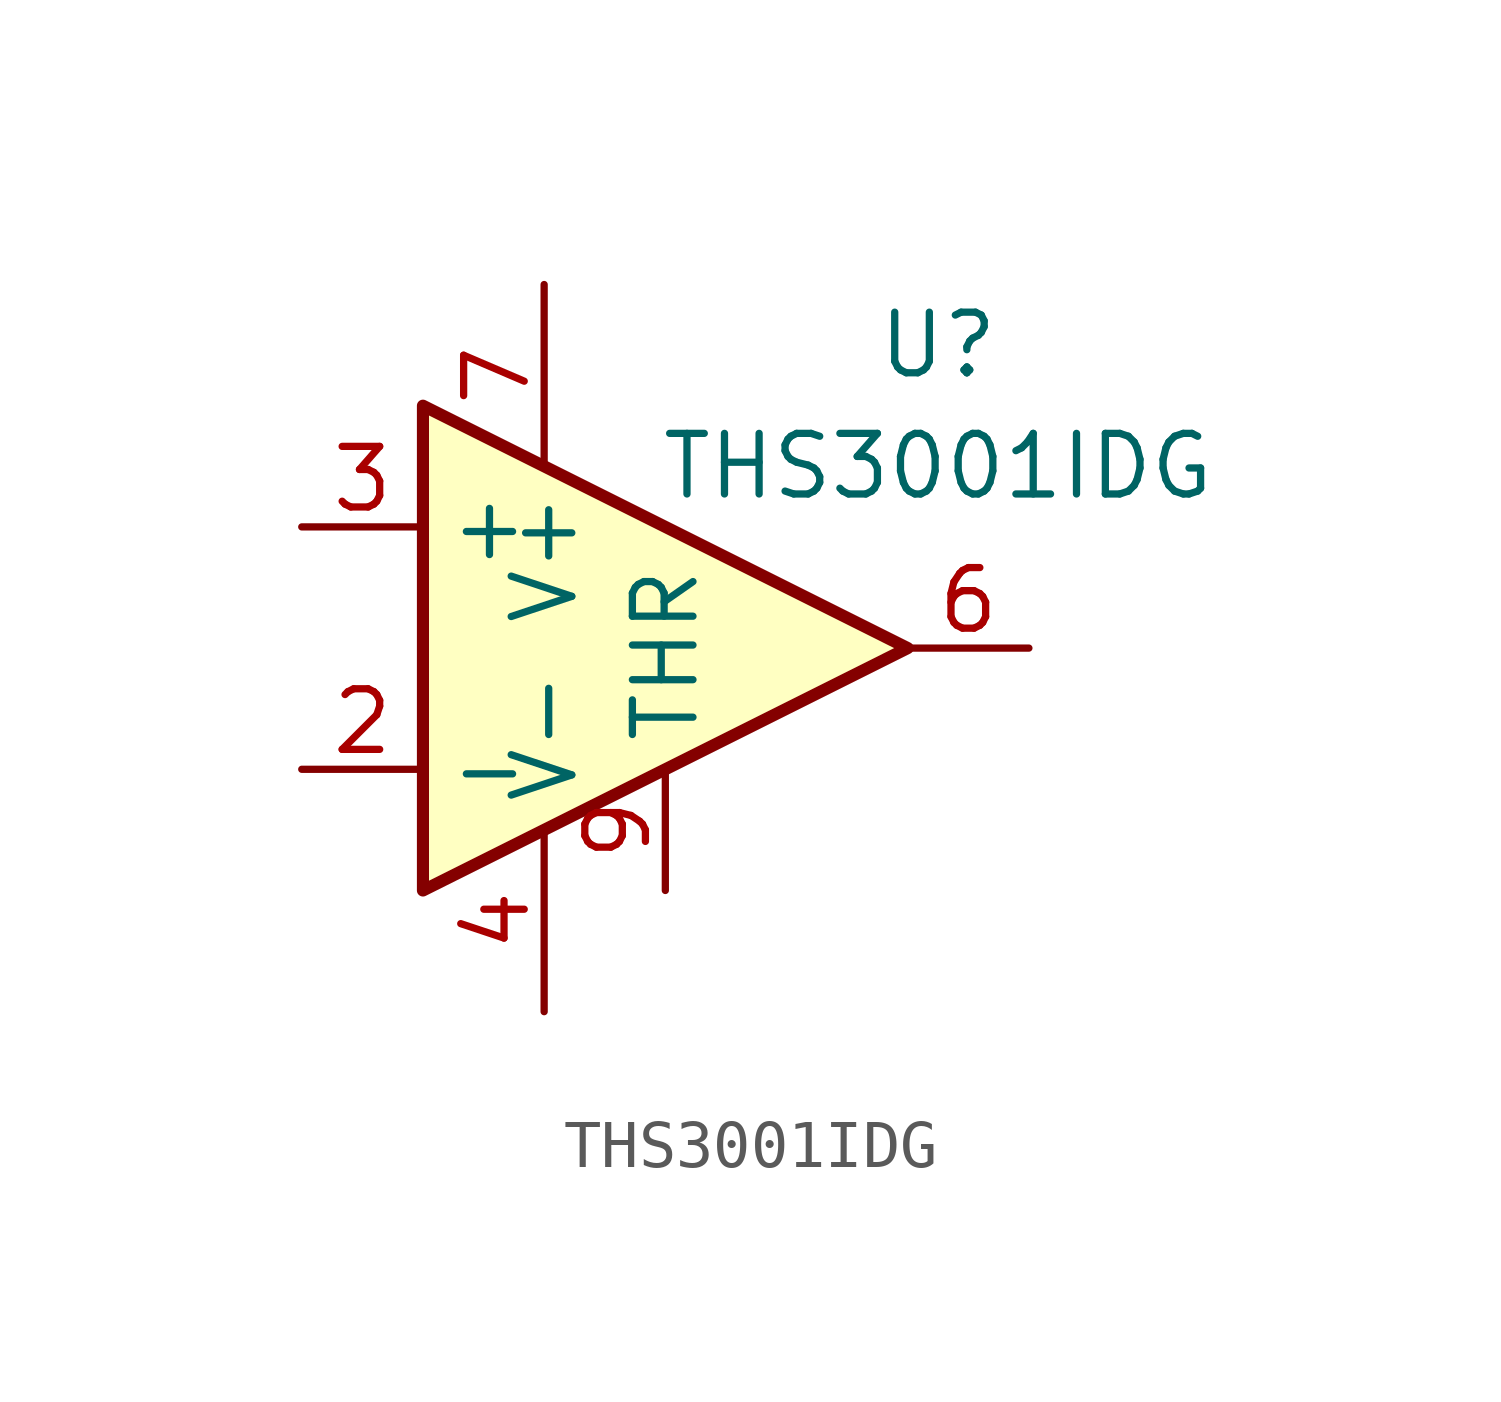
<source format=kicad_sym>
(kicad_symbol_lib
  (version 20220914)
  (generator kicad_symbol_editor)
  (symbol "THS3001IDG"
    (property "Reference" "U"
      (at 6.985 6.35 0)
      (effects (font (size 1.27 1.27))))
    (property "Value" "THS3001IDG"
      (at 6.985 3.81 0)
      (effects (font (size 1.27 1.27))))
    (symbol "THS3001IDG_0_1"
      (polyline (pts (xy -3.81 5.08) (xy 6.35 0) (xy -3.81 -5.08) (xy -3.81 5.08)) (stroke (width 0.254) (type default)) (fill (type background))))
    (symbol "THS3001IDG_1_1"
      (pin no_connect non_logic (at -3.81 1.27 180) (length 0) hide (name "" (effects (font (size 0.508 0.508)))) (number "1" (effects (font (size 1.27 1.27)))))
      (pin input line (at -6.35 -2.54 0) (length 2.54) (name "-" (effects (font (size 1.27 1.27)))) (number "2" (effects (font (size 1.27 1.27)))))
      (pin input line (at -6.35 2.54 0) (length 2.54) (name "+" (effects (font (size 1.27 1.27)))) (number "3" (effects (font (size 1.27 1.27)))))
      (pin power_in line (at -1.27 -7.62 90) (length 3.81) (name "V-" (effects (font (size 1.27 1.27)))) (number "4" (effects (font (size 1.27 1.27)))))
      (pin no_connect non_logic (at -3.81 0 180) (length 0) hide (name "NC" (effects (font (size 0.508 0.508)))) (number "5" (effects (font (size 1.27 1.27)))))
      (pin output line (at 8.89 0 180) (length 2.54) (name "~" (effects (font (size 1.27 1.27)))) (number "6" (effects (font (size 1.27 1.27)))))
      (pin power_in line (at -1.27 7.62 270) (length 3.81) (name "V+" (effects (font (size 1.27 1.27)))) (number "7" (effects (font (size 1.27 1.27)))))
      (pin no_connect non_logic (at -3.81 -1.27 180) (length 0) hide (name "" (effects (font (size 0.508 0.508)))) (number "8" (effects (font (size 1.27 1.27)))))
      (pin passive line (at 1.27 -5.08 90) (length 2.54) (name "THR" (effects (font (size 1.27 1.27)))) (number "9" (effects (font (size 1.27 1.27))))))))
</source>
